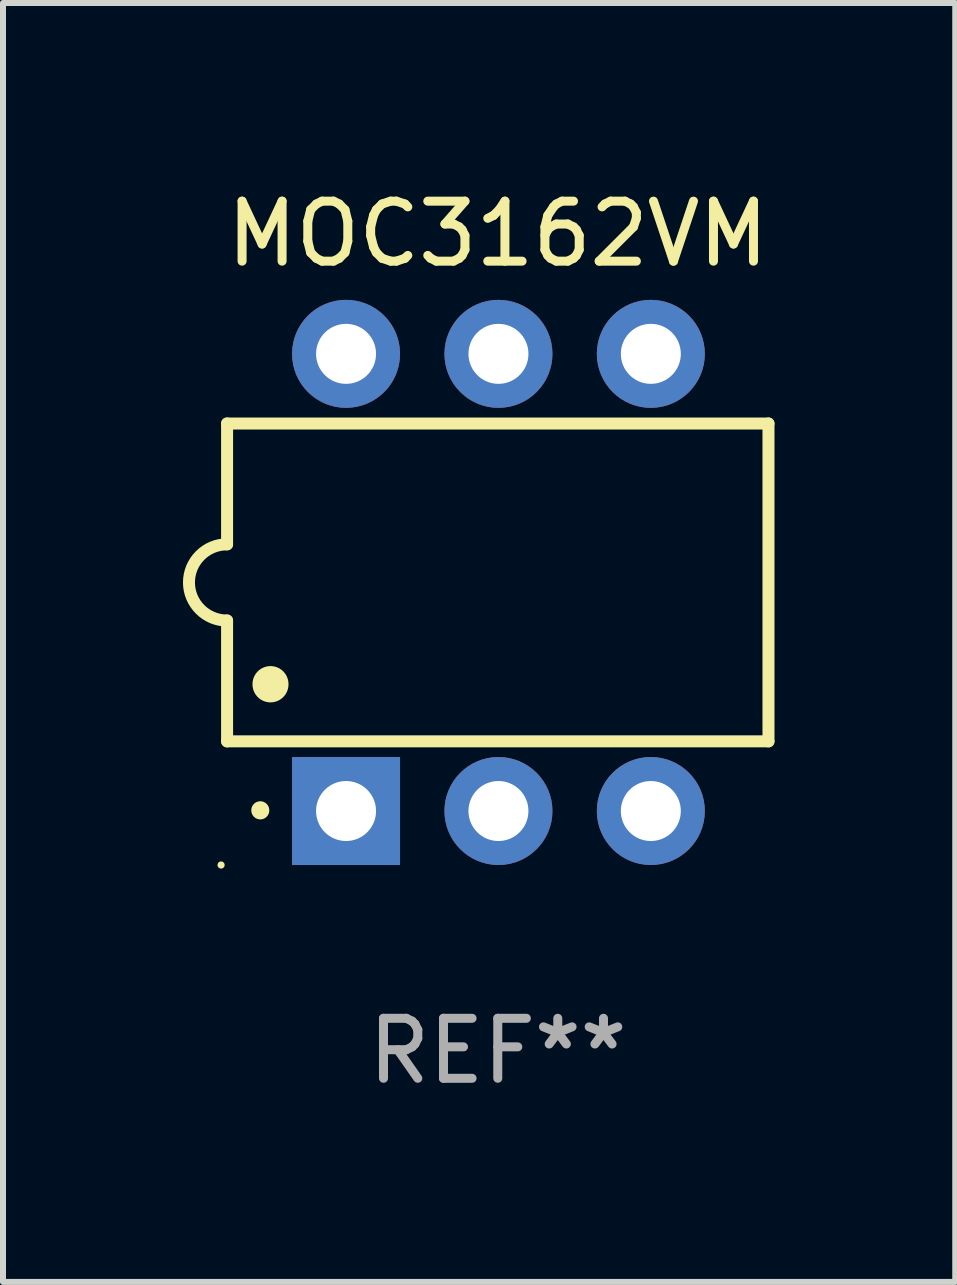
<source format=kicad_pcb>
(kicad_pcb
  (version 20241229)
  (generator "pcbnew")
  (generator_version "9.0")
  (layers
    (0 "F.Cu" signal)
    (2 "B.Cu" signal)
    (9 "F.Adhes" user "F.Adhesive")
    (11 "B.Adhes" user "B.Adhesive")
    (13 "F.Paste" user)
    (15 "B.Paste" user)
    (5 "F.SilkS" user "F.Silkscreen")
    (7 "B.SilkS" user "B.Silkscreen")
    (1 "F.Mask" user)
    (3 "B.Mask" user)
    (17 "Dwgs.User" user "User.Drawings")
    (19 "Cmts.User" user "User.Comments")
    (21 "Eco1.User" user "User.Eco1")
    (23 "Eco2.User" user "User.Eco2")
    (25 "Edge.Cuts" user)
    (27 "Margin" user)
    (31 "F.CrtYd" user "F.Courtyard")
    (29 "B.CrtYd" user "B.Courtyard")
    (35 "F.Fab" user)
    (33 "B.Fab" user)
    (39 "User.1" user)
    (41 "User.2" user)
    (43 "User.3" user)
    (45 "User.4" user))
  (footprint "MOC3162VM"
    (layer "F.Cu")
    (at 5.247 6.658)
    (property "Reference" "MOC3162VM" (at 0 -5.81 0) (layer "F.SilkS") (effects (font (size 1 1) (thickness 0.15))))
    (attr through_hole)
    (fp_line (start -4.512 -2.649) (end 4.512 -2.649) (stroke (width 0.2) (type solid)) (layer "F.SilkS"))
    (fp_line (start -4.512 -0.635) (end -4.512 -2.649) (stroke (width 0.2) (type solid)) (layer "F.SilkS"))
    (fp_line (start -4.512 2.649) (end -4.512 0.635) (stroke (width 0.2) (type solid)) (layer "F.SilkS"))
    (fp_line (start 4.512 -2.649) (end 4.512 2.649) (stroke (width 0.2) (type solid)) (layer "F.SilkS"))
    (fp_line (start 4.512 2.649) (end -4.512 2.649) (stroke (width 0.2) (type solid)) (layer "F.SilkS"))
    (fp_arc (start -4.512319 0.635001) (mid -5.14732 0) (end -4.512319 -0.635001) (stroke (width 0.2) (type solid)) (layer "F.SilkS"))
    (fp_arc (start -3.958598 3.799848) (mid -3.958603 3.798578) (end -3.958598 3.797308) (stroke (width 0.3) (type solid)) (layer "F.SilkS"))
    (fp_arc (start -3.788418 1.699263) (mid -3.788429 1.696723) (end -3.788418 1.694183) (stroke (width 0.6) (type solid)) (layer "F.SilkS"))
    (fp_circle (center -4.612 4.71) (end -4.582 4.71) (stroke (width 0.06) (type solid)) (fill no) (layer "F.SilkS"))
    (fp_text user "REF**" (at 0 7.81 0) (layer "F.Fab") (effects (font (size 1 1) (thickness 0.15))))
    (pad "1" thru_hole rect (at -2.529 3.81 90) (size 1.8 1.8) (drill 1) (layers "*.Cu" "*.Mask"))
    (pad "2" thru_hole circle (at 0.011 3.81) (size 1.8 1.8) (drill 1) (layers "*.Cu" "*.Mask"))
    (pad "3" thru_hole circle (at 2.551 3.81) (size 1.8 1.8) (drill 1) (layers "*.Cu" "*.Mask"))
    (pad "4" thru_hole circle (at 2.551 -3.81) (size 1.8 1.8) (drill 1) (layers "*.Cu" "*.Mask"))
    (pad "5" thru_hole circle (at 0.011 -3.81) (size 1.8 1.8) (drill 1) (layers "*.Cu" "*.Mask"))
    (pad "6" thru_hole circle (at -2.529 -3.81) (size 1.8 1.8) (drill 1) (layers "*.Cu" "*.Mask")))
  (gr_rect
    (start -3 -3)
    (end 12.872 18.317)
    (stroke (width 0.1) (type default))
    (fill no)
    (layer "Edge.Cuts")))
</source>
